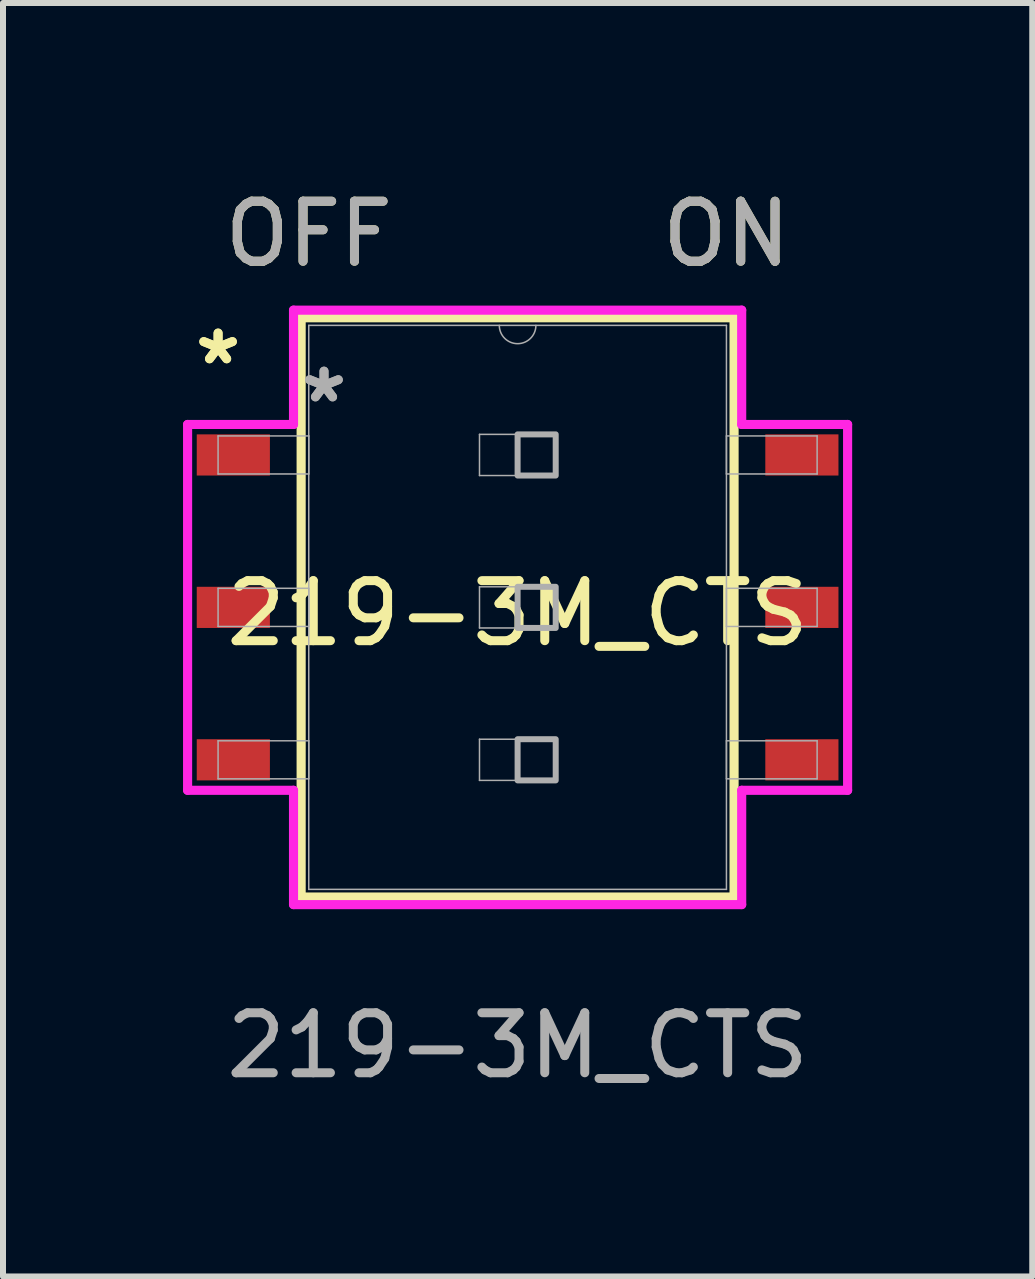
<source format=kicad_pcb>
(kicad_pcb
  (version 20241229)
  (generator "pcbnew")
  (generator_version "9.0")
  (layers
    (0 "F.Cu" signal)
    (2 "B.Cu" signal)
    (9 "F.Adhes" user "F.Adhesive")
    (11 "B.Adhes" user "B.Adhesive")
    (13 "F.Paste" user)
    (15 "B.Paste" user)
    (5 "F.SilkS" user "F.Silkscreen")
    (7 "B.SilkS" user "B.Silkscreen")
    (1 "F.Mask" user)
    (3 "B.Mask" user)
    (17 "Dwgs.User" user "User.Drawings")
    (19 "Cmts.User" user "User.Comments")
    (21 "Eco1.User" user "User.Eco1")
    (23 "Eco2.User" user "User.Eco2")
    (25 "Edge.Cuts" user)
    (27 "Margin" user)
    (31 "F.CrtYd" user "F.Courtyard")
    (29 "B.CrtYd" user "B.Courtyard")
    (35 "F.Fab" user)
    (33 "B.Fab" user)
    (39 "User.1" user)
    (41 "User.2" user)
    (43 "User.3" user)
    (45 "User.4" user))
  (footprint "219-3M_CTS"
    (layer "F.Cu")
    (at 5.575 7.071)
    (property "Reference" "219-3M_CTS" (at 0 0.1 0) (unlocked yes) (layer "F.SilkS") (effects (font (size 1 1) (thickness 0.15))))
    (attr smd)
    (fp_line (start -3.607 -4.826) (end -3.607 4.826) (stroke (width 0.152) (type solid)) (layer "F.SilkS"))
    (fp_line (start -3.607 4.826) (end 3.607 4.826) (stroke (width 0.152) (type solid)) (layer "F.SilkS"))
    (fp_line (start 3.607 -4.826) (end -3.607 -4.826) (stroke (width 0.152) (type solid)) (layer "F.SilkS"))
    (fp_line (start 3.607 4.826) (end 3.607 -4.826) (stroke (width 0.152) (type solid)) (layer "F.SilkS"))
    (fp_line (start -5.499 -3.048) (end -3.734 -3.048) (stroke (width 0.152) (type solid)) (layer "F.CrtYd"))
    (fp_line (start -5.499 3.048) (end -5.499 -3.048) (stroke (width 0.152) (type solid)) (layer "F.CrtYd"))
    (fp_line (start -3.734 -4.953) (end 3.734 -4.953) (stroke (width 0.152) (type solid)) (layer "F.CrtYd"))
    (fp_line (start -3.734 -3.048) (end -3.734 -4.953) (stroke (width 0.152) (type solid)) (layer "F.CrtYd"))
    (fp_line (start -3.734 3.048) (end -5.499 3.048) (stroke (width 0.152) (type solid)) (layer "F.CrtYd"))
    (fp_line (start -3.734 4.953) (end -3.734 3.048) (stroke (width 0.152) (type solid)) (layer "F.CrtYd"))
    (fp_line (start 3.734 -4.953) (end 3.734 -3.048) (stroke (width 0.152) (type solid)) (layer "F.CrtYd"))
    (fp_line (start 3.734 -3.048) (end 5.499 -3.048) (stroke (width 0.152) (type solid)) (layer "F.CrtYd"))
    (fp_line (start 3.734 3.048) (end 3.734 4.953) (stroke (width 0.152) (type solid)) (layer "F.CrtYd"))
    (fp_line (start 3.734 4.953) (end -3.734 4.953) (stroke (width 0.152) (type solid)) (layer "F.CrtYd"))
    (fp_line (start 5.499 -3.048) (end 5.499 3.048) (stroke (width 0.152) (type solid)) (layer "F.CrtYd"))
    (fp_line (start 5.499 3.048) (end 3.734 3.048) (stroke (width 0.152) (type solid)) (layer "F.CrtYd"))
    (fp_line (start -4.991 -2.857) (end -4.991 -2.223) (stroke (width 0.025) (type solid)) (layer "F.Fab"))
    (fp_line (start -4.991 -2.223) (end -3.48 -2.223) (stroke (width 0.025) (type solid)) (layer "F.Fab"))
    (fp_line (start -4.991 -0.318) (end -4.991 0.318) (stroke (width 0.025) (type solid)) (layer "F.Fab"))
    (fp_line (start -4.991 0.318) (end -3.48 0.318) (stroke (width 0.025) (type solid)) (layer "F.Fab"))
    (fp_line (start -4.991 2.223) (end -4.991 2.857) (stroke (width 0.025) (type solid)) (layer "F.Fab"))
    (fp_line (start -4.991 2.857) (end -3.48 2.857) (stroke (width 0.025) (type solid)) (layer "F.Fab"))
    (fp_line (start -3.48 -4.699) (end -3.48 4.699) (stroke (width 0.025) (type solid)) (layer "F.Fab"))
    (fp_line (start -3.48 -2.857) (end -4.991 -2.857) (stroke (width 0.025) (type solid)) (layer "F.Fab"))
    (fp_line (start -3.48 -2.223) (end -3.48 -2.857) (stroke (width 0.025) (type solid)) (layer "F.Fab"))
    (fp_line (start -3.48 -0.318) (end -4.991 -0.318) (stroke (width 0.025) (type solid)) (layer "F.Fab"))
    (fp_line (start -3.48 0.318) (end -3.48 -0.318) (stroke (width 0.025) (type solid)) (layer "F.Fab"))
    (fp_line (start -3.48 2.223) (end -4.991 2.223) (stroke (width 0.025) (type solid)) (layer "F.Fab"))
    (fp_line (start -3.48 2.857) (end -3.48 2.223) (stroke (width 0.025) (type solid)) (layer "F.Fab"))
    (fp_line (start -3.48 4.699) (end 3.48 4.699) (stroke (width 0.025) (type solid)) (layer "F.Fab"))
    (fp_line (start -0.635 -2.883) (end 0.635 -2.883) (stroke (width 0.025) (type solid)) (layer "F.Fab"))
    (fp_line (start -0.635 -2.197) (end -0.635 -2.883) (stroke (width 0.025) (type solid)) (layer "F.Fab"))
    (fp_line (start -0.635 -0.343) (end 0.635 -0.343) (stroke (width 0.025) (type solid)) (layer "F.Fab"))
    (fp_line (start -0.635 0.343) (end -0.635 -0.343) (stroke (width 0.025) (type solid)) (layer "F.Fab"))
    (fp_line (start -0.635 2.197) (end 0.635 2.197) (stroke (width 0.025) (type solid)) (layer "F.Fab"))
    (fp_line (start -0.635 2.883) (end -0.635 2.197) (stroke (width 0.025) (type solid)) (layer "F.Fab"))
    (fp_line (start 0.635 -2.883) (end 0.635 -2.197) (stroke (width 0.025) (type solid)) (layer "F.Fab"))
    (fp_line (start 0.635 -2.197) (end -0.635 -2.197) (stroke (width 0.025) (type solid)) (layer "F.Fab"))
    (fp_line (start 0.635 -0.343) (end 0.635 0.343) (stroke (width 0.025) (type solid)) (layer "F.Fab"))
    (fp_line (start 0.635 0.343) (end -0.635 0.343) (stroke (width 0.025) (type solid)) (layer "F.Fab"))
    (fp_line (start 0.635 2.197) (end 0.635 2.883) (stroke (width 0.025) (type solid)) (layer "F.Fab"))
    (fp_line (start 0.635 2.883) (end -0.635 2.883) (stroke (width 0.025) (type solid)) (layer "F.Fab"))
    (fp_line (start 3.48 -4.699) (end -3.48 -4.699) (stroke (width 0.025) (type solid)) (layer "F.Fab"))
    (fp_line (start 3.48 -2.857) (end 3.48 -2.223) (stroke (width 0.025) (type solid)) (layer "F.Fab"))
    (fp_line (start 3.48 -2.223) (end 4.991 -2.223) (stroke (width 0.025) (type solid)) (layer "F.Fab"))
    (fp_line (start 3.48 -0.318) (end 3.48 0.318) (stroke (width 0.025) (type solid)) (layer "F.Fab"))
    (fp_line (start 3.48 0.318) (end 4.991 0.318) (stroke (width 0.025) (type solid)) (layer "F.Fab"))
    (fp_line (start 3.48 2.223) (end 3.48 2.857) (stroke (width 0.025) (type solid)) (layer "F.Fab"))
    (fp_line (start 3.48 2.857) (end 4.991 2.857) (stroke (width 0.025) (type solid)) (layer "F.Fab"))
    (fp_line (start 3.48 4.699) (end 3.48 -4.699) (stroke (width 0.025) (type solid)) (layer "F.Fab"))
    (fp_line (start 4.991 -2.857) (end 3.48 -2.857) (stroke (width 0.025) (type solid)) (layer "F.Fab"))
    (fp_line (start 4.991 -2.223) (end 4.991 -2.857) (stroke (width 0.025) (type solid)) (layer "F.Fab"))
    (fp_line (start 4.991 -0.318) (end 3.48 -0.318) (stroke (width 0.025) (type solid)) (layer "F.Fab"))
    (fp_line (start 4.991 0.318) (end 4.991 -0.318) (stroke (width 0.025) (type solid)) (layer "F.Fab"))
    (fp_line (start 4.991 2.223) (end 3.48 2.223) (stroke (width 0.025) (type solid)) (layer "F.Fab"))
    (fp_line (start 4.991 2.857) (end 4.991 2.223) (stroke (width 0.025) (type solid)) (layer "F.Fab"))
    (fp_arc (start 0.3048 -4.699) (mid 0 -4.3942) (end -0.3048 -4.699) (stroke (width 0.0254) (type solid)) (layer "F.Fab"))
    (fp_poly (pts (xy 0 -2.883) (xy 0.635 -2.883) (xy 0.635 -2.197) (xy 0 -2.197)) (stroke (width 0.1) (type solid)) (fill no) (layer "F.Fab"))
    (fp_poly (pts (xy 0 -0.343) (xy 0.635 -0.343) (xy 0.635 0.343) (xy 0 0.343)) (stroke (width 0.1) (type solid)) (fill no) (layer "F.Fab"))
    (fp_poly (pts (xy 0 2.197) (xy 0.635 2.197) (xy 0.635 2.883) (xy 0 2.883)) (stroke (width 0.1) (type solid)) (fill no) (layer "F.Fab"))
    (fp_text user "*" (at -4.991 -4.026 0) (unlocked yes) (layer "F.SilkS") (effects (font (size 1 1) (thickness 0.15))))
    (fp_text user "*" (at -4.991 -4.026 0) (layer "F.SilkS") (effects (font (size 1 1) (thickness 0.15))))
    (fp_text user "ON" (at 3.48 -6.223 0) (unlocked yes) (layer "F.SilkS") (effects (font (size 1 1) (thickness 0.15))))
    (fp_text user "OFF" (at -3.48 -6.223 0) (unlocked yes) (layer "F.SilkS") (effects (font (size 1 1) (thickness 0.15))))
    (fp_text user "*" (at -3.226 -3.391 0) (layer "F.Fab") (effects (font (size 1 1) (thickness 0.15))))
    (fp_text user "${REFERENCE}" (at 0 7.3 0) (unlocked yes) (layer "F.Fab") (effects (font (size 1 1) (thickness 0.15))))
    (fp_text user "*" (at -3.226 -3.391 0) (unlocked yes) (layer "F.Fab") (effects (font (size 1 1) (thickness 0.15))))
    (fp_text user "ON" (at 3.48 -6.223 0) (unlocked yes) (layer "F.Fab") (effects (font (size 1 1) (thickness 0.15))))
    (fp_text user "OFF" (at -3.48 -6.223 0) (unlocked yes) (layer "F.Fab") (effects (font (size 1 1) (thickness 0.15))))
    (pad "1" smd rect (at -4.737 -2.54) (size 1.219 0.686) (layers "F.Cu" "F.Mask" "F.Paste"))
    (pad "2" smd rect (at -4.737 0) (size 1.219 0.686) (layers "F.Cu" "F.Mask" "F.Paste"))
    (pad "3" smd rect (at -4.737 2.54) (size 1.219 0.686) (layers "F.Cu" "F.Mask" "F.Paste"))
    (pad "4" smd rect (at 4.737 2.54) (size 1.219 0.686) (layers "F.Cu" "F.Mask" "F.Paste"))
    (pad "5" smd rect (at 4.737 0) (size 1.219 0.686) (layers "F.Cu" "F.Mask" "F.Paste"))
    (pad "6" smd rect (at 4.737 -2.54) (size 1.219 0.686) (layers "F.Cu" "F.Mask" "F.Paste")))
  (gr_rect
    (start -3 -3)
    (end 14.151 18.22)
    (stroke (width 0.1) (type default))
    (fill no)
    (layer "Edge.Cuts")))
</source>
